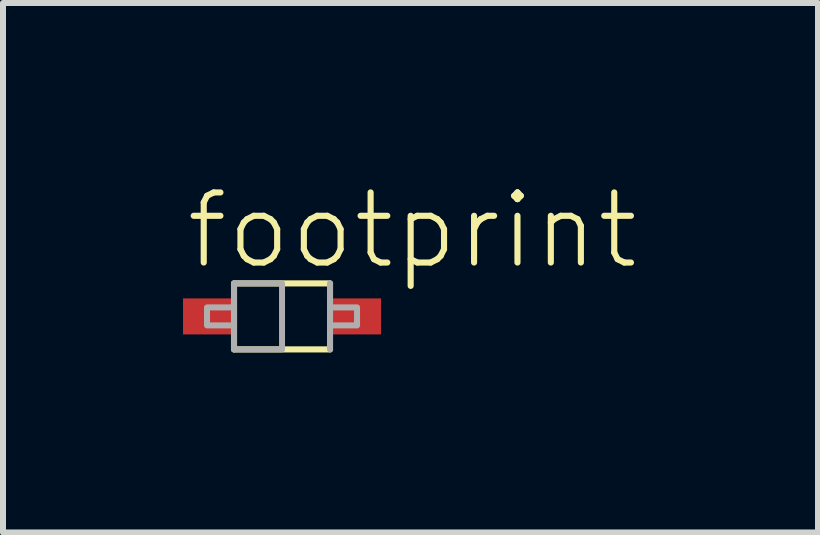
<source format=kicad_pcb>
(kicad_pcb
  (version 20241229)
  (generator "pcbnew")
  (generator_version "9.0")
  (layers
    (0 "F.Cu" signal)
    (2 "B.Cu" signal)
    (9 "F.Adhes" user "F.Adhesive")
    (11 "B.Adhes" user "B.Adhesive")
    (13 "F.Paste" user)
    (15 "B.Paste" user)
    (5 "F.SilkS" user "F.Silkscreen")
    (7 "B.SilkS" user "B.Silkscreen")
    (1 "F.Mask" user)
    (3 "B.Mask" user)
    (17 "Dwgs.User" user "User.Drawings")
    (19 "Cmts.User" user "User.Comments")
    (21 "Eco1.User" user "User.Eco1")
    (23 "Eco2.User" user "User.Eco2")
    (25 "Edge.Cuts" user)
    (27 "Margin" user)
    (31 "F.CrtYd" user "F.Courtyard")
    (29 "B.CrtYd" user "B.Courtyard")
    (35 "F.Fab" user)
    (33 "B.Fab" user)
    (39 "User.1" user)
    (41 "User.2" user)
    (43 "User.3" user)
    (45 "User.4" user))
  (footprint "footprint"
    (layer "F.Cu")
    (at 1.65 2.223)
    (property "Reference" "footprint" (at -1.65 -0.75 0) (layer "F.SilkS") (effects (font (size 1.168 1.168) (thickness 0.102)) (justify left bottom)))
    (fp_line (start -0.8 -0.55) (end 0.8 -0.55) (stroke (width 0.102) (type solid)) (layer "F.SilkS"))
    (fp_line (start 0.8 0.55) (end -0.8 0.55) (stroke (width 0.102) (type solid)) (layer "F.SilkS"))
    (fp_line (start -0.8 0.55) (end -0.8 -0.55) (stroke (width 0.102) (type solid)) (layer "F.Fab"))
    (fp_line (start 0.8 -0.55) (end 0.8 0.55) (stroke (width 0.102) (type solid)) (layer "F.Fab"))
    (fp_poly (pts (xy -1.25 0.15) (xy -0.8 0.15) (xy -0.8 -0.15) (xy -1.25 -0.15)) (stroke (width 0.1) (type solid)) (fill no) (layer "F.Fab"))
    (fp_poly (pts (xy -0.8 0.55) (xy 0 0.55) (xy 0 -0.55) (xy -0.8 -0.55)) (stroke (width 0.1) (type solid)) (fill no) (layer "F.Fab"))
    (fp_poly (pts (xy 0.8 0.15) (xy 1.25 0.15) (xy 1.25 -0.15) (xy 0.8 -0.15)) (stroke (width 0.1) (type solid)) (fill no) (layer "F.Fab"))
    (pad "A" smd rect (at 1.25 0) (size 0.8 0.6) (layers "F.Cu" "F.Mask" "F.Paste"))
    (pad "C" smd rect (at -1.25 0) (size 0.8 0.6) (layers "F.Cu" "F.Mask" "F.Paste")))
  (gr_rect
    (start -3 -3)
    (end 10.582 5.824)
    (stroke (width 0.1) (type default))
    (fill no)
    (layer "Edge.Cuts")))
</source>
